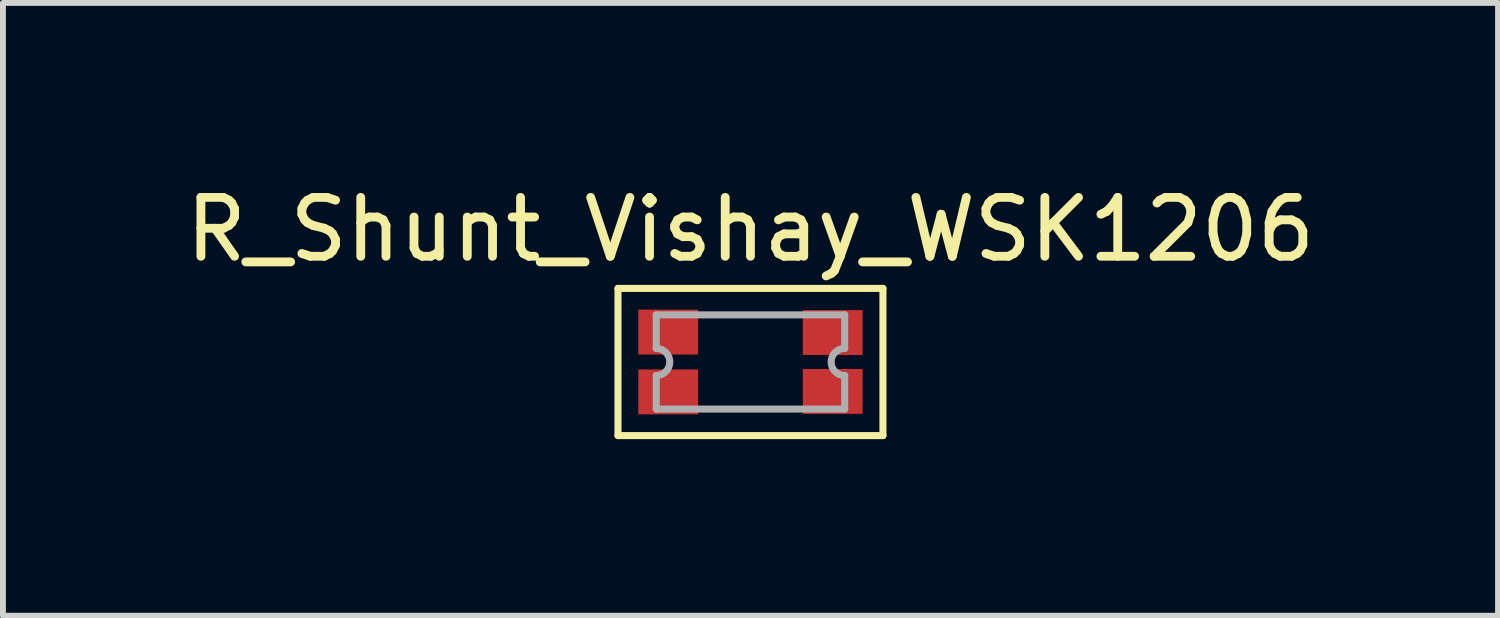
<source format=kicad_pcb>
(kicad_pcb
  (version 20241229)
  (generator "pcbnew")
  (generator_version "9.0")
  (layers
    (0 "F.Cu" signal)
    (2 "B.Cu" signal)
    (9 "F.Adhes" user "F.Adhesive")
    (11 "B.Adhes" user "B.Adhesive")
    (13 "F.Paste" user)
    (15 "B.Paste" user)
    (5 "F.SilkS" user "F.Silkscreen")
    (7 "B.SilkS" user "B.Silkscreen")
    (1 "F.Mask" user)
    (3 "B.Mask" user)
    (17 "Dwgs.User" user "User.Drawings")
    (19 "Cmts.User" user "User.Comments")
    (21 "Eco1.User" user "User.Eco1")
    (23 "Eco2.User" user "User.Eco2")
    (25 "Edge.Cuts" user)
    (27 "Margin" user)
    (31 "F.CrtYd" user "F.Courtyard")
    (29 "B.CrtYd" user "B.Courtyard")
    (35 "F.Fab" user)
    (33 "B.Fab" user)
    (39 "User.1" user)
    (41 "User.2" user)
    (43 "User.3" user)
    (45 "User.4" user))
  (footprint "R_Shunt_Vishay_WSK1206"
    (layer "F.Cu")
    (at 9.696 3.098)
    (property "Reference" "R_Shunt_Vishay_WSK1206" (at 0 -2.25 0) (layer "F.SilkS") (effects (font (size 1 1) (thickness 0.15))))
    (attr through_hole)
    (fp_line (start -2.25 -1.25) (end -2.25 1.25) (stroke (width 0.12) (type solid)) (layer "F.SilkS"))
    (fp_line (start -2.25 1.25) (end 2.25 1.25) (stroke (width 0.12) (type solid)) (layer "F.SilkS"))
    (fp_line (start 2.25 -1.25) (end -2.25 -1.25) (stroke (width 0.12) (type solid)) (layer "F.SilkS"))
    (fp_line (start 2.25 1.25) (end 2.25 -1.25) (stroke (width 0.12) (type solid)) (layer "F.SilkS"))
    (fp_line (start -1.6 -0.23) (end -1.6 -0.8) (stroke (width 0.12) (type solid)) (layer "F.Fab"))
    (fp_line (start -1.6 0.23) (end -1.6 0.8) (stroke (width 0.12) (type solid)) (layer "F.Fab"))
    (fp_line (start -1.6 0.8) (end 1.6 0.8) (stroke (width 0.12) (type solid)) (layer "F.Fab"))
    (fp_line (start 1.6 -0.8) (end -1.6 -0.8) (stroke (width 0.12) (type solid)) (layer "F.Fab"))
    (fp_line (start 1.6 -0.23) (end 1.6 -0.8) (stroke (width 0.12) (type solid)) (layer "F.Fab"))
    (fp_line (start 1.6 0.23) (end 1.6 0.8) (stroke (width 0.12) (type solid)) (layer "F.Fab"))
    (fp_arc (start -1.6 -0.23) (mid -1.37 0) (end -1.6 0.23) (stroke (width 0.12) (type solid)) (layer "F.Fab"))
    (fp_arc (start 1.6 0.23) (mid 1.37 0) (end 1.6 -0.23) (stroke (width 0.12) (type solid)) (layer "F.Fab"))
    (pad "1" smd rect (at -1.397 -0.508) (size 1.016 0.762) (layers "F.Cu" "F.Mask" "F.Paste"))
    (pad "2" smd rect (at -1.397 0.508) (size 1.016 0.762) (layers "F.Cu" "F.Mask" "F.Paste"))
    (pad "3" smd rect (at 1.397 0.5) (size 1.016 0.762) (layers "F.Cu" "F.Mask" "F.Paste"))
    (pad "4" smd rect (at 1.397 -0.5) (size 1.016 0.762) (layers "F.Cu" "F.Mask" "F.Paste")))
  (gr_rect
    (start -3 -3)
    (end 22.393 7.408)
    (stroke (width 0.1) (type default))
    (fill no)
    (layer "Edge.Cuts")))
</source>
